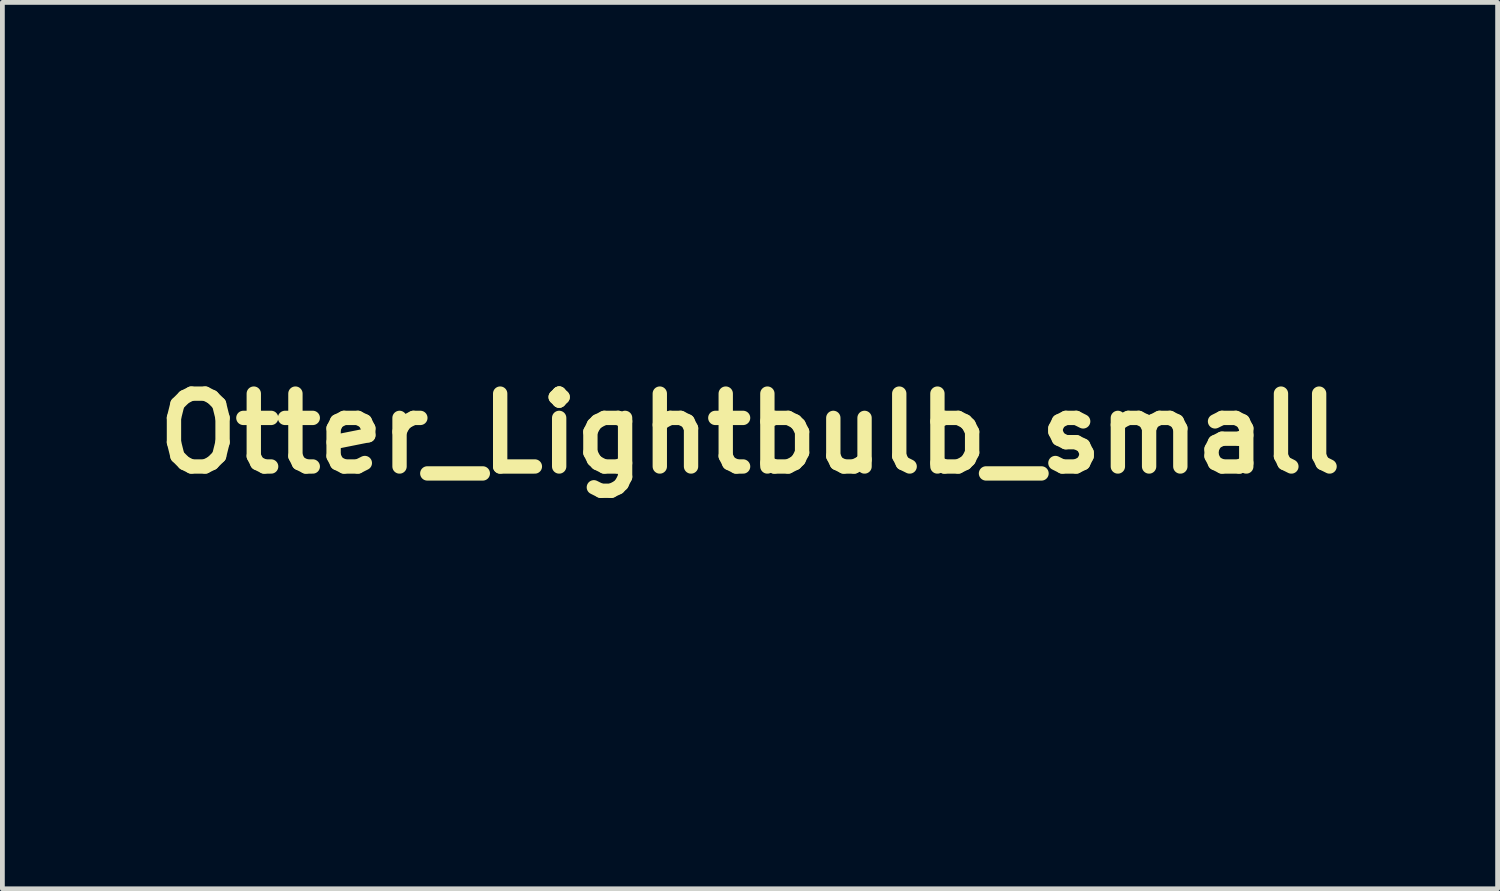
<source format=kicad_pcb>
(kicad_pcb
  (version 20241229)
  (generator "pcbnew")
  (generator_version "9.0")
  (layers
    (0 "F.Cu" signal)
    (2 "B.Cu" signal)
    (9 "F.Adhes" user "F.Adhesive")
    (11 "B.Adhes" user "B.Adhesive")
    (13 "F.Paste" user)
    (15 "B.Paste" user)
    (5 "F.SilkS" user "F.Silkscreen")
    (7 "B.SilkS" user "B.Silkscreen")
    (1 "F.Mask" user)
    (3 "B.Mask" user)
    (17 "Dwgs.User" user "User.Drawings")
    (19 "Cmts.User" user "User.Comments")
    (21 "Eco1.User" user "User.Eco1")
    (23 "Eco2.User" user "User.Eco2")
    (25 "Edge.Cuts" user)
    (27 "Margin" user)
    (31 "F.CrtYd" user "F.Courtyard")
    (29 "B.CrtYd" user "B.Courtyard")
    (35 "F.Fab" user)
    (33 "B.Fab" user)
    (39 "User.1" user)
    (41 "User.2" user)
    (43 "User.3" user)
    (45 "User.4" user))
  (footprint "Otter_Lightbulb_small"
    (layer "F.Cu")
    (at 12.635 6.016)
    (property "Reference" "Otter_Lightbulb_small" (at 0 0 0) (layer "F.SilkS") (effects (font (size 1.524 1.524) (thickness 0.3))))
    (attr through_hole)
    (fp_poly (pts (xy -3.515 2.54) (xy -3.514 2.574) (xy -3.525 2.636) (xy -3.555 2.678) (xy -3.584 2.688) (xy -3.593 2.671) (xy -3.589 2.63) (xy -3.567 2.575) (xy -3.544 2.541) (xy -3.523 2.525) (xy -3.515 2.54)) (stroke (width 0.01) (type solid)) (fill no) (layer "Eco2.User"))
    (fp_poly (pts (xy -3.355 2.457) (xy -3.354 2.529) (xy -3.38 2.598) (xy -3.426 2.644) (xy -3.428 2.645) (xy -3.456 2.657) (xy -3.464 2.644) (xy -3.458 2.599) (xy -3.436 2.529) (xy -3.407 2.467) (xy -3.368 2.404) (xy -3.355 2.457)) (stroke (width 0.01) (type solid)) (fill no) (layer "Eco2.User"))
    (fp_poly (pts (xy -3.892 3.449) (xy -3.885 3.469) (xy -3.885 3.522) (xy -3.907 3.579) (xy -3.945 3.624) (xy -3.984 3.64) (xy -3.987 3.623) (xy -3.978 3.581) (xy -3.975 3.572) (xy -3.951 3.512) (xy -3.925 3.464) (xy -3.904 3.438) (xy -3.892 3.449)) (stroke (width 0.01) (type solid)) (fill no) (layer "Eco2.User"))
    (fp_poly (pts (xy 0.059 4.138) (xy 0.096 4.167) (xy 0.102 4.184) (xy 0.099 4.216) (xy 0.071 4.226) (xy 0.05 4.226) (xy -0.011 4.21) (xy -0.052 4.187) (xy -0.08 4.16) (xy -0.076 4.146) (xy -0.06 4.138) (xy 0.002 4.127) (xy 0.059 4.138)) (stroke (width 0.01) (type solid)) (fill no) (layer "Eco2.User"))
    (fp_poly (pts (xy -3.641 3.348) (xy -3.64 3.403) (xy -3.656 3.465) (xy -3.685 3.517) (xy -3.693 3.525) (xy -3.742 3.566) (xy -3.773 3.575) (xy -3.782 3.553) (xy -3.778 3.53) (xy -3.754 3.463) (xy -3.724 3.398) (xy -3.694 3.346) (xy -3.67 3.316) (xy -3.66 3.314) (xy -3.641 3.348)) (stroke (width 0.01) (type solid)) (fill no) (layer "Eco2.User"))
    (fp_poly (pts (xy 0.012 3.907) (xy 0.069 3.938) (xy 0.112 3.978) (xy 0.127 4.013) (xy 0.124 4.034) (xy 0.107 4.039) (xy 0.065 4.03) (xy 0.035 4.021) (xy -0.022 3.996) (xy -0.073 3.96) (xy -0.103 3.925) (xy -0.106 3.913) (xy -0.087 3.9) (xy -0.045 3.895) (xy 0.012 3.907)) (stroke (width 0.01) (type solid)) (fill no) (layer "Eco2.User"))
    (fp_poly (pts (xy 0.015 4.309) (xy 0.038 4.322) (xy 0.057 4.355) (xy 0.063 4.393) (xy 0.056 4.419) (xy 0.048 4.421) (xy 0.016 4.415) (xy -0.011 4.409) (xy -0.059 4.388) (xy -0.098 4.357) (xy -0.117 4.326) (xy -0.115 4.315) (xy -0.084 4.3) (xy -0.034 4.298) (xy 0.015 4.309)) (stroke (width 0.01) (type solid)) (fill no) (layer "Eco2.User"))
    (fp_poly (pts (xy -3.408 3.187) (xy -3.395 3.224) (xy -3.394 3.28) (xy -3.405 3.344) (xy -3.425 3.407) (xy -3.454 3.459) (xy -3.477 3.481) (xy -3.531 3.511) (xy -3.56 3.507) (xy -3.567 3.468) (xy -3.564 3.445) (xy -3.547 3.381) (xy -3.519 3.31) (xy -3.486 3.244) (xy -3.455 3.196) (xy -3.435 3.18) (xy -3.408 3.187)) (stroke (width 0.01) (type solid)) (fill no) (layer "Eco2.User"))
    (fp_poly (pts (xy -3.706 0.778) (xy -3.693 0.884) (xy -3.662 1.005) (xy -3.617 1.125) (xy -3.565 1.229) (xy -3.533 1.275) (xy -3.493 1.328) (xy -3.483 1.35) (xy -3.501 1.342) (xy -3.549 1.304) (xy -3.58 1.275) (xy -3.669 1.174) (xy -3.73 1.057) (xy -3.762 0.935) (xy -3.762 0.816) (xy -3.737 0.73) (xy -3.708 0.667) (xy -3.706 0.778)) (stroke (width 0.01) (type solid)) (fill no) (layer "Eco2.User"))
    (fp_poly (pts (xy -1.901 0.848) (xy -1.88 0.856) (xy -1.805 0.897) (xy -1.764 0.948) (xy -1.749 1.02) (xy -1.749 1.021) (xy -1.75 1.063) (xy -1.762 1.083) (xy -1.798 1.09) (xy -1.846 1.091) (xy -1.916 1.088) (xy -1.974 1.08) (xy -1.989 1.075) (xy -2.026 1.045) (xy -2.062 0.99) (xy -2.088 0.927) (xy -2.095 0.881) (xy -2.077 0.855) (xy -2.03 0.839) (xy -1.967 0.837) (xy -1.901 0.848)) (stroke (width 0.01) (type solid)) (fill no) (layer "Eco2.User"))
    (fp_poly (pts (xy -3.301 3.096) (xy -3.235 3.117) (xy -3.159 3.145) (xy -3.083 3.179) (xy -3.058 3.191) (xy -2.95 3.264) (xy -2.875 3.358) (xy -2.848 3.413) (xy -2.829 3.468) (xy -2.833 3.488) (xy -2.862 3.477) (xy -2.91 3.442) (xy -2.97 3.402) (xy -3.043 3.36) (xy -3.072 3.346) (xy -3.13 3.312) (xy -3.196 3.264) (xy -3.262 3.21) (xy -3.318 3.157) (xy -3.356 3.114) (xy -3.365 3.092) (xy -3.348 3.087) (xy -3.301 3.096)) (stroke (width 0.01) (type solid)) (fill no) (layer "Eco2.User"))
    (fp_poly (pts (xy -4.506 -4.355) (xy -4.075 -4.35) (xy -4.067 -4.298) (xy -4.066 -4.263) (xy -4.076 -4.237) (xy -4.103 -4.218) (xy -4.151 -4.205) (xy -4.226 -4.197) (xy -4.331 -4.193) (xy -4.473 -4.192) (xy -4.528 -4.192) (xy -4.665 -4.193) (xy -4.782 -4.196) (xy -4.875 -4.202) (xy -4.936 -4.208) (xy -4.958 -4.214) (xy -4.99 -4.253) (xy -4.99 -4.302) (xy -4.966 -4.337) (xy -4.937 -4.346) (xy -4.875 -4.352) (xy -4.776 -4.356) (xy -4.639 -4.357) (xy -4.506 -4.355)) (stroke (width 0.01) (type solid)) (fill no) (layer "Eco2.User"))
    (fp_poly (pts (xy -2.117 -0.174) (xy -2.05 -0.13) (xy -2.001 -0.069) (xy -1.977 -0.000097) (xy -1.984 0.058) (xy -1.998 0.07) (xy -2.018 0.043) (xy -2.019 0.04) (xy -2.067 -0.023) (xy -2.129 -0.065) (xy -2.193 -0.079) (xy -2.21 -0.077) (xy -2.274 -0.039) (xy -2.321 0.037) (xy -2.347 0.13) (xy -2.364 0.222) (xy -2.389 0.163) (xy -2.412 0.062) (xy -2.402 -0.031) (xy -2.363 -0.109) (xy -2.298 -0.164) (xy -2.212 -0.19) (xy -2.193 -0.191) (xy -2.117 -0.174)) (stroke (width 0.01) (type solid)) (fill no) (layer "Eco2.User"))
    (fp_poly (pts (xy -2.094 3.349) (xy -1.93 3.373) (xy -1.772 3.417) (xy -1.628 3.482) (xy -1.535 3.543) (xy -1.512 3.563) (xy -1.511 3.572) (xy -1.537 3.569) (xy -1.593 3.554) (xy -1.684 3.527) (xy -1.704 3.52) (xy -1.834 3.489) (xy -1.984 3.466) (xy -2.142 3.454) (xy -2.298 3.451) (xy -2.44 3.459) (xy -2.556 3.478) (xy -2.593 3.488) (xy -2.72 3.531) (xy -2.646 3.469) (xy -2.54 3.405) (xy -2.408 3.364) (xy -2.256 3.346) (xy -2.094 3.349)) (stroke (width 0.01) (type solid)) (fill no) (layer "Eco2.User"))
    (fp_poly (pts (xy -3.276 0.208) (xy -3.287 0.254) (xy -3.304 0.3) (xy -3.35 0.438) (xy -3.389 0.589) (xy -3.416 0.738) (xy -3.428 0.869) (xy -3.429 0.892) (xy -3.418 1.022) (xy -3.388 1.161) (xy -3.344 1.289) (xy -3.303 1.371) (xy -3.275 1.42) (xy -3.271 1.437) (xy -3.288 1.423) (xy -3.325 1.379) (xy -3.347 1.349) (xy -3.445 1.188) (xy -3.511 1.016) (xy -3.545 0.842) (xy -3.544 0.671) (xy -3.509 0.513) (xy -3.492 0.47) (xy -3.46 0.411) (xy -3.417 0.344) (xy -3.369 0.279) (xy -3.324 0.226) (xy -3.29 0.195) (xy -3.279 0.191) (xy -3.276 0.208)) (stroke (width 0.01) (type solid)) (fill no) (layer "Eco2.User"))
    (fp_poly (pts (xy 0.073 -5.997) (xy 0.102 -5.962) (xy 0.106 -5.935) (xy 0.1 -5.913) (xy 0.081 -5.885) (xy 0.043 -5.847) (xy -0.017 -5.797) (xy -0.102 -5.73) (xy -0.218 -5.643) (xy -0.235 -5.63) (xy -0.341 -5.552) (xy -0.438 -5.484) (xy -0.519 -5.43) (xy -0.58 -5.393) (xy -0.613 -5.377) (xy -0.615 -5.376) (xy -0.656 -5.393) (xy -0.678 -5.42) (xy -0.69 -5.465) (xy -0.674 -5.498) (xy -0.649 -5.52) (xy -0.597 -5.562) (xy -0.524 -5.619) (xy -0.437 -5.685) (xy -0.344 -5.756) (xy -0.25 -5.825) (xy -0.163 -5.889) (xy -0.09 -5.942) (xy -0.038 -5.978) (xy 0.023 -6.003) (xy 0.073 -5.997)) (stroke (width 0.01) (type solid)) (fill no) (layer "Eco2.User"))
    (fp_poly (pts (xy -4.412 -5.999) (xy -4.36 -5.966) (xy -4.287 -5.916) (xy -4.199 -5.855) (xy -4.103 -5.786) (xy -4.004 -5.713) (xy -3.908 -5.643) (xy -3.823 -5.579) (xy -3.754 -5.525) (xy -3.707 -5.486) (xy -3.691 -5.47) (xy -3.675 -5.424) (xy -3.677 -5.397) (xy -3.693 -5.366) (xy -3.721 -5.355) (xy -3.765 -5.363) (xy -3.829 -5.394) (xy -3.916 -5.448) (xy -4.029 -5.527) (xy -4.117 -5.59) (xy -4.252 -5.69) (xy -4.355 -5.768) (xy -4.431 -5.828) (xy -4.483 -5.871) (xy -4.514 -5.901) (xy -4.528 -5.922) (xy -4.53 -5.929) (xy -4.514 -5.96) (xy -4.478 -5.992) (xy -4.442 -6.011) (xy -4.437 -6.011) (xy -4.412 -5.999)) (stroke (width 0.01) (type solid)) (fill no) (layer "Eco2.User"))
    (fp_poly (pts (xy -2.238 -5.368) (xy -2.193 -5.344) (xy -2.18 -5.304) (xy -2.188 -5.261) (xy -2.216 -5.231) (xy -2.271 -5.212) (xy -2.36 -5.199) (xy -2.53 -5.16) (xy -2.687 -5.085) (xy -2.827 -4.979) (xy -2.943 -4.847) (xy -3.03 -4.695) (xy -3.082 -4.528) (xy -3.09 -4.477) (xy -3.11 -4.369) (xy -3.139 -4.302) (xy -3.177 -4.275) (xy -3.224 -4.288) (xy -3.229 -4.292) (xy -3.255 -4.321) (xy -3.266 -4.368) (xy -3.264 -4.442) (xy -3.255 -4.509) (xy -3.206 -4.702) (xy -3.121 -4.88) (xy -3.003 -5.037) (xy -2.858 -5.17) (xy -2.689 -5.272) (xy -2.501 -5.341) (xy -2.432 -5.357) (xy -2.317 -5.372) (xy -2.238 -5.368)) (stroke (width 0.01) (type solid)) (fill no) (layer "Eco2.User"))
    (fp_poly (pts (xy 0.274 -4.36) (xy 0.381 -4.359) (xy 0.457 -4.357) (xy 0.508 -4.352) (xy 0.54 -4.346) (xy 0.558 -4.336) (xy 0.569 -4.322) (xy 0.571 -4.318) (xy 0.581 -4.28) (xy 0.559 -4.243) (xy 0.551 -4.234) (xy 0.533 -4.219) (xy 0.51 -4.207) (xy 0.476 -4.2) (xy 0.424 -4.195) (xy 0.348 -4.193) (xy 0.241 -4.192) (xy 0.122 -4.192) (xy -0.013 -4.193) (xy -0.129 -4.197) (xy -0.22 -4.202) (xy -0.281 -4.208) (xy -0.302 -4.214) (xy -0.334 -4.253) (xy -0.333 -4.304) (xy -0.313 -4.335) (xy -0.288 -4.345) (xy -0.232 -4.352) (xy -0.142 -4.357) (xy -0.015 -4.36) (xy 0.13 -4.36) (xy 0.274 -4.36)) (stroke (width 0.01) (type solid)) (fill no) (layer "Eco2.User"))
    (fp_poly (pts (xy -3.692 -3.228) (xy -3.652 -3.194) (xy -3.641 -3.154) (xy -3.657 -3.124) (xy -3.702 -3.079) (xy -3.766 -3.025) (xy -3.784 -3.012) (xy -3.949 -2.889) (xy -4.084 -2.79) (xy -4.192 -2.711) (xy -4.276 -2.65) (xy -4.339 -2.606) (xy -4.385 -2.577) (xy -4.418 -2.56) (xy -4.44 -2.552) (xy -4.455 -2.553) (xy -4.467 -2.56) (xy -4.478 -2.57) (xy -4.486 -2.577) (xy -4.519 -2.621) (xy -4.518 -2.651) (xy -4.498 -2.674) (xy -4.449 -2.717) (xy -4.377 -2.774) (xy -4.29 -2.843) (xy -4.192 -2.917) (xy -4.091 -2.993) (xy -3.992 -3.066) (xy -3.901 -3.131) (xy -3.825 -3.184) (xy -3.769 -3.22) (xy -3.742 -3.234) (xy -3.692 -3.228)) (stroke (width 0.01) (type solid)) (fill no) (layer "Eco2.User"))
    (fp_poly (pts (xy -0.625 -3.206) (xy -0.597 -3.194) (xy -0.556 -3.169) (xy -0.498 -3.129) (xy -0.418 -3.071) (xy -0.313 -2.993) (xy -0.206 -2.914) (xy -0.091 -2.827) (xy -0.006 -2.76) (xy 0.052 -2.71) (xy 0.087 -2.674) (xy 0.104 -2.646) (xy 0.106 -2.633) (xy 0.09 -2.585) (xy 0.066 -2.562) (xy 0.041 -2.556) (xy 0.008 -2.565) (xy -0.042 -2.592) (xy -0.114 -2.641) (xy -0.151 -2.667) (xy -0.318 -2.787) (xy -0.452 -2.886) (xy -0.555 -2.966) (xy -0.632 -3.03) (xy -0.683 -3.08) (xy -0.711 -3.118) (xy -0.72 -3.148) (xy -0.71 -3.171) (xy -0.686 -3.191) (xy -0.677 -3.196) (xy -0.661 -3.205) (xy -0.645 -3.209) (xy -0.625 -3.206)) (stroke (width 0.01) (type solid)) (fill no) (layer "Eco2.User"))
    (fp_poly (pts (xy -4.429 3.058) (xy -4.32 3.095) (xy -4.23 3.161) (xy -4.166 3.252) (xy -4.134 3.358) (xy -4.122 3.44) (xy -4.185 3.354) (xy -4.268 3.274) (xy -4.367 3.231) (xy -4.481 3.227) (xy -4.606 3.261) (xy -4.706 3.311) (xy -4.779 3.353) (xy -4.848 3.388) (xy -4.888 3.404) (xy -4.997 3.429) (xy -5.124 3.439) (xy -5.247 3.432) (xy -5.302 3.421) (xy -5.433 3.378) (xy -5.535 3.32) (xy -5.595 3.268) (xy -5.649 3.208) (xy -5.678 3.164) (xy -5.683 3.139) (xy -5.663 3.138) (xy -5.615 3.165) (xy -5.614 3.165) (xy -5.54 3.203) (xy -5.442 3.234) (xy -5.338 3.254) (xy -5.271 3.259) (xy -5.112 3.24) (xy -4.94 3.184) (xy -4.829 3.131) (xy -4.689 3.074) (xy -4.554 3.051) (xy -4.429 3.058)) (stroke (width 0.01) (type solid)) (fill no) (layer "Eco2.User"))
    (fp_poly (pts (xy 6.887 1.822) (xy 6.852 1.877) (xy 6.801 1.945) (xy 6.741 2.019) (xy 6.68 2.089) (xy 6.623 2.148) (xy 6.614 2.156) (xy 6.468 2.281) (xy 6.336 2.373) (xy 6.21 2.437) (xy 6.082 2.476) (xy 5.944 2.494) (xy 5.863 2.495) (xy 5.756 2.492) (xy 5.646 2.483) (xy 5.554 2.47) (xy 5.532 2.466) (xy 5.444 2.443) (xy 5.356 2.413) (xy 5.31 2.393) (xy 5.266 2.371) (xy 5.251 2.36) (xy 5.26 2.362) (xy 5.299 2.37) (xy 5.368 2.38) (xy 5.455 2.392) (xy 5.496 2.397) (xy 5.606 2.408) (xy 5.694 2.409) (xy 5.782 2.401) (xy 5.869 2.385) (xy 6.129 2.314) (xy 6.368 2.208) (xy 6.588 2.064) (xy 6.759 1.915) (xy 6.82 1.857) (xy 6.868 1.814) (xy 6.896 1.791) (xy 6.9 1.789) (xy 6.887 1.822)) (stroke (width 0.01) (type solid)) (fill no) (layer "Eco2.User"))
    (fp_poly (pts (xy -0.405 4.308) (xy -0.326 4.326) (xy -0.304 4.336) (xy -0.289 4.349) (xy -0.305 4.356) (xy -0.356 4.359) (xy -0.384 4.36) (xy -0.498 4.369) (xy -0.607 4.398) (xy -0.716 4.45) (xy -0.828 4.527) (xy -0.95 4.634) (xy -1.085 4.772) (xy -1.159 4.854) (xy -1.363 5.068) (xy -1.558 5.245) (xy -1.744 5.384) (xy -1.92 5.483) (xy -2.017 5.523) (xy -2.097 5.546) (xy -2.184 5.565) (xy -2.269 5.577) (xy -2.342 5.583) (xy -2.393 5.581) (xy -2.413 5.57) (xy -2.413 5.569) (xy -2.395 5.55) (xy -2.371 5.546) (xy -2.302 5.533) (xy -2.209 5.498) (xy -2.101 5.445) (xy -1.987 5.378) (xy -1.965 5.363) (xy -1.891 5.308) (xy -1.794 5.226) (xy -1.679 5.121) (xy -1.55 4.997) (xy -1.45 4.898) (xy -1.295 4.744) (xy -1.162 4.62) (xy -1.047 4.522) (xy -0.947 4.446) (xy -0.855 4.389) (xy -0.769 4.349) (xy -0.701 4.325) (xy -0.607 4.307) (xy -0.503 4.302) (xy -0.405 4.308)) (stroke (width 0.01) (type solid)) (fill no) (layer "Eco2.User"))
    (fp_poly (pts (xy -2.922 1.706) (xy -2.87 1.754) (xy -2.854 1.771) (xy -2.759 1.871) (xy -2.668 1.958) (xy -2.586 2.028) (xy -2.518 2.075) (xy -2.471 2.095) (xy -2.465 2.095) (xy -2.45 2.08) (xy -2.447 2.03) (xy -2.45 2.001) (xy -2.454 1.941) (xy -2.446 1.909) (xy -2.42 1.891) (xy -2.41 1.887) (xy -2.364 1.874) (xy -2.352 1.885) (xy -2.372 1.917) (xy -2.388 1.946) (xy -2.374 1.972) (xy -2.352 1.992) (xy -2.305 2.021) (xy -2.267 2.032) (xy -2.225 2.044) (xy -2.18 2.069) (xy -2.128 2.101) (xy -2.061 2.138) (xy -2.032 2.153) (xy -1.937 2.2) (xy -2.032 2.201) (xy -2.097 2.202) (xy -2.188 2.206) (xy -2.289 2.211) (xy -2.328 2.213) (xy -2.425 2.217) (xy -2.493 2.216) (xy -2.542 2.208) (xy -2.587 2.192) (xy -2.625 2.172) (xy -2.7 2.126) (xy -2.76 2.075) (xy -2.813 2.007) (xy -2.869 1.914) (xy -2.9 1.855) (xy -2.94 1.768) (xy -2.957 1.713) (xy -2.951 1.692) (xy -2.922 1.706)) (stroke (width 0.01) (type solid)) (fill no) (layer "Eco2.User"))
    (fp_poly (pts (xy -1.614 -1.596) (xy -1.59 -1.56) (xy -1.575 -1.496) (xy -1.568 -1.417) (xy -1.569 -1.336) (xy -1.581 -1.267) (xy -1.6 -1.225) (xy -1.633 -1.195) (xy -1.652 -1.185) (xy -1.677 -1.177) (xy -1.731 -1.153) (xy -1.808 -1.117) (xy -1.899 -1.074) (xy -1.908 -1.069) (xy -2.004 -1.025) (xy -2.088 -0.988) (xy -2.153 -0.963) (xy -2.19 -0.954) (xy -2.191 -0.954) (xy -2.225 -0.963) (xy -2.289 -0.987) (xy -2.374 -1.022) (xy -2.471 -1.065) (xy -2.487 -1.072) (xy -2.584 -1.117) (xy -2.668 -1.158) (xy -2.731 -1.19) (xy -2.766 -1.209) (xy -2.768 -1.211) (xy -2.782 -1.239) (xy -2.79 -1.297) (xy -2.79 -1.39) (xy -2.789 -1.416) (xy -2.783 -1.598) (xy -2.72 -1.598) (xy -2.685 -1.596) (xy -2.666 -1.585) (xy -2.656 -1.553) (xy -2.651 -1.493) (xy -2.65 -1.464) (xy -2.644 -1.33) (xy -2.192 -1.12) (xy -1.969 -1.224) (xy -1.746 -1.329) (xy -1.736 -1.451) (xy -1.719 -1.542) (xy -1.69 -1.596) (xy -1.649 -1.61) (xy -1.614 -1.596)) (stroke (width 0.01) (type solid)) (fill no) (layer "Eco2.User"))
    (fp_poly (pts (xy -0.472 3.678) (xy -0.395 3.691) (xy -0.318 3.718) (xy -0.288 3.732) (xy -0.219 3.767) (xy -0.183 3.792) (xy -0.182 3.805) (xy -0.215 3.803) (xy -0.266 3.788) (xy -0.335 3.775) (xy -0.433 3.77) (xy -0.516 3.772) (xy -0.567 3.774) (xy -0.609 3.777) (xy -0.646 3.782) (xy -0.685 3.793) (xy -0.731 3.811) (xy -0.788 3.838) (xy -0.864 3.877) (xy -0.963 3.93) (xy -1.091 3.999) (xy -1.174 4.044) (xy -1.327 4.12) (xy -1.459 4.172) (xy -1.581 4.201) (xy -1.702 4.211) (xy -1.723 4.211) (xy -1.811 4.206) (xy -1.893 4.195) (xy -1.947 4.182) (xy -1.982 4.169) (xy -1.993 4.16) (xy -1.976 4.154) (xy -1.924 4.149) (xy -1.852 4.144) (xy -1.753 4.134) (xy -1.66 4.115) (xy -1.565 4.085) (xy -1.459 4.04) (xy -1.335 3.976) (xy -1.206 3.905) (xy -1.062 3.825) (xy -0.945 3.766) (xy -0.847 3.724) (xy -0.762 3.696) (xy -0.681 3.681) (xy -0.596 3.675) (xy -0.572 3.675) (xy -0.472 3.678)) (stroke (width 0.01) (type solid)) (fill no) (layer "Eco2.User"))
    (fp_poly (pts (xy -1.399 -2.267) (xy -1.362 -2.228) (xy -1.343 -2.19) (xy -1.335 -2.137) (xy -1.333 -2.075) (xy -1.334 -2.007) (xy -1.338 -1.952) (xy -1.35 -1.907) (xy -1.373 -1.872) (xy -1.41 -1.846) (xy -1.467 -1.827) (xy -1.546 -1.814) (xy -1.651 -1.806) (xy -1.787 -1.802) (xy -1.956 -1.8) (xy -2.163 -1.8) (xy -2.216 -1.801) (xy -2.388 -1.801) (xy -2.548 -1.803) (xy -2.69 -1.806) (xy -2.81 -1.809) (xy -2.902 -1.813) (xy -2.961 -1.818) (xy -2.979 -1.821) (xy -3.044 -1.869) (xy -3.088 -1.947) (xy -3.103 -2.03) (xy -2.922 -2.03) (xy -2.915 -2.01) (xy -2.897 -1.995) (xy -2.864 -1.984) (xy -2.811 -1.977) (xy -2.735 -1.973) (xy -2.63 -1.971) (xy -2.494 -1.971) (xy -2.322 -1.973) (xy -2.207 -1.974) (xy -1.513 -1.979) (xy -1.513 -2.148) (xy -2.91 -2.148) (xy -2.917 -2.088) (xy -2.921 -2.056) (xy -2.922 -2.03) (xy -3.103 -2.03) (xy -3.106 -2.047) (xy -3.105 -2.094) (xy -3.096 -2.168) (xy -3.075 -2.218) (xy -3.037 -2.262) (xy -3.03 -2.268) (xy -2.963 -2.328) (xy -1.465 -2.328) (xy -1.399 -2.267)) (stroke (width 0.01) (type solid)) (fill no) (layer "Eco2.User"))
    (fp_poly (pts (xy -2.748 3.669) (xy -2.525 3.722) (xy -2.361 3.784) (xy -2.282 3.82) (xy -2.203 3.862) (xy -2.131 3.902) (xy -2.075 3.937) (xy -2.042 3.962) (xy -2.038 3.971) (xy -2.06 3.969) (xy -2.112 3.955) (xy -2.184 3.932) (xy -2.203 3.926) (xy -2.475 3.852) (xy -2.745 3.816) (xy -3.007 3.816) (xy -3.259 3.854) (xy -3.497 3.929) (xy -3.691 4.025) (xy -3.796 4.096) (xy -3.905 4.184) (xy -4.007 4.28) (xy -4.094 4.376) (xy -4.156 4.461) (xy -4.167 4.481) (xy -4.216 4.6) (xy -4.253 4.734) (xy -4.273 4.863) (xy -4.276 4.913) (xy -4.263 5.026) (xy -4.23 5.155) (xy -4.181 5.283) (xy -4.129 5.382) (xy -4.095 5.436) (xy -4.075 5.473) (xy -4.072 5.482) (xy -4.089 5.468) (xy -4.127 5.431) (xy -4.177 5.378) (xy -4.179 5.376) (xy -4.296 5.223) (xy -4.374 5.058) (xy -4.414 4.886) (xy -4.416 4.709) (xy -4.38 4.531) (xy -4.308 4.356) (xy -4.2 4.188) (xy -4.056 4.029) (xy -3.934 3.924) (xy -3.797 3.831) (xy -3.649 3.758) (xy -3.478 3.699) (xy -3.406 3.68) (xy -3.2 3.646) (xy -2.977 3.643) (xy -2.748 3.669)) (stroke (width 0.01) (type solid)) (fill no) (layer "Eco2.User"))
    (fp_poly (pts (xy -1.675 0.038) (xy -1.584 0.082) (xy -1.498 0.145) (xy -1.462 0.181) (xy -1.416 0.24) (xy -1.375 0.307) (xy -1.337 0.389) (xy -1.299 0.491) (xy -1.26 0.62) (xy -1.216 0.782) (xy -1.199 0.848) (xy -1.144 1.053) (xy -1.091 1.222) (xy -1.037 1.363) (xy -0.981 1.481) (xy -0.918 1.584) (xy -0.899 1.612) (xy -0.825 1.716) (xy -0.855 1.834) (xy -0.905 1.972) (xy -0.976 2.077) (xy -1.07 2.151) (xy -1.108 2.17) (xy -1.209 2.204) (xy -1.335 2.226) (xy -1.468 2.235) (xy -1.589 2.229) (xy -1.619 2.225) (xy -1.665 2.214) (xy -1.677 2.203) (xy -1.653 2.191) (xy -1.592 2.176) (xy -1.494 2.159) (xy -1.397 2.142) (xy -1.331 2.122) (xy -1.284 2.094) (xy -1.243 2.05) (xy -1.207 2.001) (xy -1.166 1.933) (xy -1.152 1.883) (xy -1.156 1.85) (xy -1.163 1.812) (xy -1.15 1.807) (xy -1.125 1.819) (xy -1.09 1.845) (xy -1.079 1.863) (xy -1.071 1.885) (xy -1.054 1.877) (xy -1.036 1.846) (xy -1.032 1.828) (xy -1.038 1.766) (xy -1.065 1.729) (xy -1.152 1.618) (xy -1.231 1.468) (xy -1.3 1.283) (xy -1.358 1.067) (xy -1.396 0.865) (xy -1.431 0.664) (xy -1.465 0.501) (xy -1.499 0.371) (xy -1.535 0.269) (xy -1.576 0.192) (xy -1.623 0.133) (xy -1.678 0.09) (xy -1.718 0.068) (xy -1.769 0.041) (xy -1.785 0.028) (xy -1.768 0.023) (xy -1.757 0.023) (xy -1.675 0.038)) (stroke (width 0.01) (type solid)) (fill no) (layer "Eco2.User"))
    (fp_poly (pts (xy 3.702 1.286) (xy 3.813 1.292) (xy 3.916 1.306) (xy 4.017 1.328) (xy 4.123 1.36) (xy 4.24 1.406) (xy 4.376 1.466) (xy 4.535 1.542) (xy 4.72 1.634) (xy 4.955 1.75) (xy 5.159 1.843) (xy 5.336 1.916) (xy 5.492 1.969) (xy 5.629 2.004) (xy 5.754 2.022) (xy 5.87 2.025) (xy 5.982 2.013) (xy 6.032 2.003) (xy 6.117 1.986) (xy 6.164 1.98) (xy 6.172 1.985) (xy 6.139 1.999) (xy 6.067 2.023) (xy 6.061 2.024) (xy 5.942 2.048) (xy 5.795 2.061) (xy 5.736 2.062) (xy 5.622 2.058) (xy 5.51 2.046) (xy 5.394 2.022) (xy 5.264 1.986) (xy 5.114 1.935) (xy 4.937 1.868) (xy 4.873 1.843) (xy 4.654 1.76) (xy 4.425 1.683) (xy 4.198 1.616) (xy 3.987 1.562) (xy 3.842 1.532) (xy 3.583 1.503) (xy 3.319 1.508) (xy 3.061 1.546) (xy 2.82 1.616) (xy 2.794 1.626) (xy 2.642 1.695) (xy 2.47 1.791) (xy 2.284 1.908) (xy 2.093 2.041) (xy 1.905 2.184) (xy 1.727 2.333) (xy 1.662 2.391) (xy 1.557 2.487) (xy 1.63 2.394) (xy 1.694 2.318) (xy 1.782 2.223) (xy 1.886 2.116) (xy 1.997 2.006) (xy 2.108 1.901) (xy 2.21 1.809) (xy 2.294 1.738) (xy 2.318 1.72) (xy 2.466 1.62) (xy 2.633 1.524) (xy 2.804 1.439) (xy 2.969 1.371) (xy 3.103 1.33) (xy 3.202 1.308) (xy 3.299 1.294) (xy 3.407 1.286) (xy 3.54 1.284) (xy 3.577 1.284) (xy 3.702 1.286)) (stroke (width 0.01) (type solid)) (fill no) (layer "Eco2.User"))
    (fp_poly (pts (xy -3.546 -0.857) (xy -3.26 -0.795) (xy -2.985 -0.694) (xy -2.97 -0.688) (xy -2.886 -0.646) (xy -2.803 -0.601) (xy -2.729 -0.555) (xy -2.671 -0.515) (xy -2.637 -0.486) (xy -2.632 -0.473) (xy -2.655 -0.474) (xy -2.709 -0.487) (xy -2.783 -0.508) (xy -2.818 -0.518) (xy -2.961 -0.561) (xy -3.087 -0.591) (xy -3.209 -0.612) (xy -3.342 -0.624) (xy -3.5 -0.631) (xy -3.556 -0.632) (xy -3.841 -0.625) (xy -4.095 -0.593) (xy -4.321 -0.535) (xy -4.437 -0.491) (xy -4.724 -0.355) (xy -4.979 -0.205) (xy -5.21 -0.034) (xy -5.427 0.163) (xy -5.532 0.274) (xy -5.613 0.365) (xy -5.699 0.469) (xy -5.785 0.577) (xy -5.861 0.679) (xy -5.922 0.765) (xy -5.947 0.805) (xy -6.045 0.988) (xy -6.143 1.202) (xy -6.237 1.436) (xy -6.323 1.678) (xy -6.397 1.918) (xy -6.455 2.143) (xy -6.479 2.26) (xy -6.495 2.334) (xy -6.51 2.388) (xy -6.523 2.413) (xy -6.524 2.413) (xy -6.531 2.393) (xy -6.536 2.34) (xy -6.54 2.263) (xy -6.54 2.207) (xy -6.536 2.056) (xy -6.526 1.889) (xy -6.51 1.717) (xy -6.491 1.55) (xy -6.468 1.4) (xy -6.444 1.277) (xy -6.436 1.243) (xy -6.349 0.974) (xy -6.237 0.707) (xy -6.105 0.457) (xy -6.007 0.302) (xy -5.924 0.192) (xy -5.82 0.069) (xy -5.704 -0.058) (xy -5.582 -0.181) (xy -5.464 -0.292) (xy -5.358 -0.382) (xy -5.297 -0.427) (xy -5.019 -0.592) (xy -4.731 -0.72) (xy -4.436 -0.811) (xy -4.138 -0.865) (xy -3.84 -0.88) (xy -3.546 -0.857)) (stroke (width 0.01) (type solid)) (fill no) (layer "Eco2.User"))
    (fp_poly (pts (xy 3.75 1.077) (xy 4.054 1.152) (xy 4.355 1.27) (xy 4.466 1.324) (xy 4.566 1.377) (xy 4.638 1.417) (xy 4.68 1.444) (xy 4.689 1.455) (xy 4.666 1.449) (xy 4.607 1.426) (xy 4.568 1.409) (xy 4.249 1.285) (xy 3.934 1.203) (xy 3.625 1.162) (xy 3.322 1.162) (xy 3.026 1.203) (xy 2.739 1.285) (xy 2.568 1.355) (xy 2.465 1.407) (xy 2.352 1.468) (xy 2.253 1.527) (xy 2.245 1.532) (xy 2.176 1.577) (xy 2.121 1.61) (xy 2.09 1.628) (xy 2.086 1.63) (xy 2.067 1.641) (xy 2.02 1.672) (xy 1.953 1.718) (xy 1.881 1.768) (xy 1.821 1.81) (xy 1.762 1.852) (xy 1.7 1.897) (xy 1.63 1.95) (xy 1.548 2.012) (xy 1.451 2.087) (xy 1.333 2.178) (xy 1.19 2.289) (xy 1.019 2.423) (xy 1.004 2.435) (xy 0.78 2.607) (xy 0.579 2.755) (xy 0.393 2.884) (xy 0.214 2.999) (xy 0.035 3.104) (xy -0.152 3.207) (xy -0.254 3.259) (xy -0.478 3.367) (xy -0.703 3.467) (xy -0.924 3.556) (xy -1.134 3.632) (xy -1.326 3.693) (xy -1.495 3.736) (xy -1.619 3.757) (xy -1.67 3.762) (xy -1.688 3.762) (xy -1.671 3.755) (xy -1.616 3.739) (xy -1.577 3.728) (xy -1.408 3.675) (xy -1.227 3.606) (xy -1.031 3.518) (xy -0.815 3.409) (xy -0.575 3.278) (xy -0.306 3.122) (xy -0.285 3.109) (xy -0.143 3.023) (xy -0.01 2.938) (xy 0.121 2.849) (xy 0.254 2.753) (xy 0.396 2.646) (xy 0.552 2.522) (xy 0.727 2.379) (xy 0.929 2.211) (xy 0.929 2.211) (xy 1.13 2.043) (xy 1.305 1.901) (xy 1.457 1.78) (xy 1.591 1.679) (xy 1.713 1.592) (xy 1.826 1.518) (xy 1.936 1.452) (xy 2.046 1.392) (xy 2.162 1.335) (xy 2.17 1.331) (xy 2.494 1.196) (xy 2.814 1.103) (xy 3.13 1.052) (xy 3.442 1.044) (xy 3.75 1.077)) (stroke (width 0.01) (type solid)) (fill no) (layer "Eco2.User"))
    (fp_poly (pts (xy 3.827 1.941) (xy 4.063 1.978) (xy 4.197 2.013) (xy 4.267 2.035) (xy 4.315 2.054) (xy 4.334 2.065) (xy 4.334 2.066) (xy 4.31 2.067) (xy 4.254 2.061) (xy 4.177 2.05) (xy 4.138 2.043) (xy 3.902 2.016) (xy 3.684 2.02) (xy 3.475 2.059) (xy 3.265 2.132) (xy 3.192 2.166) (xy 3.078 2.223) (xy 2.974 2.283) (xy 2.874 2.35) (xy 2.775 2.429) (xy 2.67 2.524) (xy 2.555 2.638) (xy 2.424 2.777) (xy 2.272 2.946) (xy 2.265 2.953) (xy 2.23 2.997) (xy 2.177 3.069) (xy 2.111 3.162) (xy 2.037 3.269) (xy 1.96 3.383) (xy 1.958 3.386) (xy 1.871 3.516) (xy 1.776 3.653) (xy 1.682 3.788) (xy 1.597 3.907) (xy 1.544 3.979) (xy 1.472 4.076) (xy 1.403 4.17) (xy 1.345 4.251) (xy 1.303 4.31) (xy 1.297 4.319) (xy 1.199 4.452) (xy 1.074 4.604) (xy 0.929 4.768) (xy 0.77 4.939) (xy 0.604 5.108) (xy 0.438 5.269) (xy 0.277 5.416) (xy 0.129 5.542) (xy 0.041 5.611) (xy -0.183 5.772) (xy -0.385 5.908) (xy -0.572 6.022) (xy -0.753 6.118) (xy -0.934 6.201) (xy -1.123 6.275) (xy -1.302 6.335) (xy -1.633 6.427) (xy -1.956 6.485) (xy -2.285 6.513) (xy -2.508 6.516) (xy -2.602 6.514) (xy -2.672 6.512) (xy -2.712 6.509) (xy -2.716 6.505) (xy -2.709 6.504) (xy -2.608 6.491) (xy -2.481 6.47) (xy -2.339 6.445) (xy -2.193 6.417) (xy -2.056 6.389) (xy -1.939 6.362) (xy -1.862 6.342) (xy -1.628 6.263) (xy -1.376 6.159) (xy -1.12 6.035) (xy -0.869 5.899) (xy -0.637 5.754) (xy -0.479 5.643) (xy -0.263 5.471) (xy -0.041 5.277) (xy 0.18 5.069) (xy 0.389 4.854) (xy 0.58 4.642) (xy 0.744 4.441) (xy 0.779 4.395) (xy 0.915 4.212) (xy 1.064 4.019) (xy 1.218 3.821) (xy 1.374 3.625) (xy 1.527 3.436) (xy 1.671 3.262) (xy 1.801 3.109) (xy 1.913 2.981) (xy 1.939 2.953) (xy 2.193 2.691) (xy 2.437 2.47) (xy 2.675 2.288) (xy 2.907 2.145) (xy 3.137 2.039) (xy 3.365 1.971) (xy 3.595 1.938) (xy 3.827 1.941)) (stroke (width 0.01) (type solid)) (fill no) (layer "Eco2.User"))
    (fp_poly (pts (xy -6.672 1.731) (xy -6.672 1.777) (xy -6.675 1.848) (xy -6.678 1.884) (xy -6.682 1.998) (xy -6.68 2.14) (xy -6.672 2.299) (xy -6.659 2.46) (xy -6.643 2.612) (xy -6.624 2.74) (xy -6.614 2.794) (xy -6.526 3.117) (xy -6.409 3.445) (xy -6.27 3.765) (xy -6.112 4.066) (xy -5.946 4.329) (xy -5.85 4.457) (xy -5.734 4.596) (xy -5.606 4.739) (xy -5.472 4.88) (xy -5.338 5.011) (xy -5.212 5.125) (xy -5.1 5.216) (xy -5.048 5.252) (xy -4.692 5.468) (xy -4.342 5.644) (xy -3.994 5.783) (xy -3.643 5.884) (xy -3.285 5.951) (xy -2.915 5.983) (xy -2.551 5.983) (xy -2.205 5.957) (xy -1.844 5.904) (xy -1.484 5.827) (xy -1.138 5.73) (xy -0.972 5.673) (xy -0.892 5.645) (xy -0.829 5.623) (xy -0.791 5.611) (xy -0.786 5.609) (xy -0.794 5.62) (xy -0.828 5.648) (xy -0.847 5.662) (xy -0.919 5.708) (xy -1.022 5.764) (xy -1.146 5.825) (xy -1.282 5.886) (xy -1.419 5.944) (xy -1.549 5.993) (xy -1.566 5.999) (xy -1.66 6.032) (xy -1.741 6.062) (xy -1.799 6.085) (xy -1.823 6.096) (xy -1.874 6.114) (xy -1.956 6.135) (xy -2.063 6.156) (xy -2.19 6.178) (xy -2.329 6.199) (xy -2.474 6.218) (xy -2.619 6.236) (xy -2.756 6.25) (xy -2.88 6.26) (xy -2.985 6.266) (xy -3.062 6.266) (xy -3.107 6.259) (xy -3.114 6.256) (xy -3.139 6.249) (xy -3.191 6.244) (xy -3.208 6.243) (xy -3.556 6.217) (xy -3.882 6.163) (xy -4.195 6.078) (xy -4.506 5.96) (xy -4.674 5.884) (xy -4.761 5.842) (xy -4.833 5.808) (xy -4.883 5.786) (xy -4.901 5.779) (xy -4.925 5.767) (xy -4.975 5.737) (xy -5.041 5.694) (xy -5.114 5.644) (xy -5.186 5.594) (xy -5.248 5.549) (xy -5.29 5.515) (xy -5.29 5.515) (xy -5.356 5.461) (xy -5.432 5.405) (xy -5.457 5.388) (xy -5.518 5.339) (xy -5.599 5.266) (xy -5.691 5.174) (xy -5.786 5.074) (xy -5.878 4.971) (xy -5.958 4.875) (xy -5.976 4.852) (xy -6.21 4.516) (xy -6.405 4.167) (xy -6.561 3.809) (xy -6.676 3.443) (xy -6.75 3.07) (xy -6.784 2.692) (xy -6.776 2.311) (xy -6.73 1.95) (xy -6.713 1.858) (xy -6.697 1.783) (xy -6.683 1.733) (xy -6.677 1.717) (xy -6.672 1.731)) (stroke (width 0.01) (type solid)) (fill no) (layer "Eco2.User"))
    (fp_poly (pts (xy -3.972 0.804) (xy -4.013 0.832) (xy -4.053 0.857) (xy -4.228 0.984) (xy -4.367 1.133) (xy -4.472 1.308) (xy -4.541 1.491) (xy -4.57 1.656) (xy -4.559 1.809) (xy -4.507 1.95) (xy -4.482 1.992) (xy -4.433 2.061) (xy -4.381 2.125) (xy -4.33 2.179) (xy -4.289 2.216) (xy -4.261 2.23) (xy -4.254 2.221) (xy -4.243 2.173) (xy -4.212 2.102) (xy -4.169 2.02) (xy -4.119 1.937) (xy -4.077 1.878) (xy -4.005 1.763) (xy -3.955 1.642) (xy -3.933 1.528) (xy -3.933 1.51) (xy -3.928 1.462) (xy -3.914 1.454) (xy -3.893 1.485) (xy -3.872 1.539) (xy -3.846 1.617) (xy -3.807 1.568) (xy -3.774 1.496) (xy -3.772 1.409) (xy -3.8 1.325) (xy -3.823 1.274) (xy -3.823 1.256) (xy -3.805 1.268) (xy -3.772 1.309) (xy -3.748 1.346) (xy -3.709 1.419) (xy -3.686 1.487) (xy -3.683 1.514) (xy -3.698 1.625) (xy -3.739 1.744) (xy -3.798 1.853) (xy -3.808 1.866) (xy -3.845 1.919) (xy -3.869 1.958) (xy -3.873 1.97) (xy -3.856 1.985) (xy -3.808 2.011) (xy -3.742 2.043) (xy -3.731 2.048) (xy -3.644 2.091) (xy -3.558 2.139) (xy -3.499 2.178) (xy -3.44 2.226) (xy -3.394 2.274) (xy -3.362 2.317) (xy -3.347 2.35) (xy -3.353 2.365) (xy -3.382 2.358) (xy -3.415 2.339) (xy -3.462 2.314) (xy -3.533 2.283) (xy -3.609 2.254) (xy -3.7 2.215) (xy -3.792 2.166) (xy -3.852 2.127) (xy -3.954 2.053) (xy -4.01 2.119) (xy -4.079 2.214) (xy -4.112 2.289) (xy -4.109 2.344) (xy -4.108 2.347) (xy -4.084 2.373) (xy -4.032 2.419) (xy -3.961 2.477) (xy -3.876 2.541) (xy -3.865 2.549) (xy -3.751 2.639) (xy -3.652 2.726) (xy -3.573 2.806) (xy -3.518 2.875) (xy -3.494 2.926) (xy -3.493 2.935) (xy -3.493 2.954) (xy -3.5 2.957) (xy -3.521 2.941) (xy -3.561 2.901) (xy -3.582 2.88) (xy -3.63 2.839) (xy -3.706 2.785) (xy -3.799 2.724) (xy -3.899 2.663) (xy -3.91 2.656) (xy -4.109 2.538) (xy -4.272 2.433) (xy -4.405 2.337) (xy -4.509 2.247) (xy -4.59 2.161) (xy -4.651 2.074) (xy -4.695 1.983) (xy -4.701 1.969) (xy -4.735 1.823) (xy -4.737 1.663) (xy -4.708 1.497) (xy -4.652 1.336) (xy -4.571 1.187) (xy -4.468 1.059) (xy -4.395 0.995) (xy -4.29 0.926) (xy -4.173 0.863) (xy -4.059 0.815) (xy -3.99 0.795) (xy -3.965 0.792) (xy -3.972 0.804)) (stroke (width 0.01) (type solid)) (fill no) (layer "Eco2.User"))
    (fp_poly (pts (xy -2.02 -5.844) (xy -1.769 -5.793) (xy -1.537 -5.704) (xy -1.326 -5.579) (xy -1.139 -5.421) (xy -0.979 -5.23) (xy -0.846 -5.009) (xy -0.845 -5.006) (xy -0.759 -4.785) (xy -0.709 -4.552) (xy -0.697 -4.313) (xy -0.722 -4.076) (xy -0.785 -3.847) (xy -0.848 -3.702) (xy -0.893 -3.62) (xy -0.952 -3.522) (xy -1.014 -3.428) (xy -1.026 -3.409) (xy -1.152 -3.213) (xy -1.243 -3.034) (xy -1.301 -2.866) (xy -1.328 -2.706) (xy -1.33 -2.603) (xy -1.329 -2.517) (xy -1.336 -2.464) (xy -1.35 -2.437) (xy -1.355 -2.433) (xy -1.39 -2.416) (xy -1.42 -2.422) (xy -1.45 -2.442) (xy -1.478 -2.485) (xy -1.495 -2.56) (xy -1.501 -2.655) (xy -1.494 -2.762) (xy -1.475 -2.871) (xy -1.472 -2.88) (xy -1.435 -3.001) (xy -1.381 -3.128) (xy -1.309 -3.267) (xy -1.213 -3.425) (xy -1.15 -3.521) (xy -1.046 -3.689) (xy -0.968 -3.837) (xy -0.916 -3.977) (xy -0.884 -4.119) (xy -0.871 -4.272) (xy -0.873 -4.445) (xy -0.881 -4.565) (xy -0.895 -4.66) (xy -0.917 -4.745) (xy -0.947 -4.83) (xy -1.053 -5.045) (xy -1.19 -5.234) (xy -1.358 -5.393) (xy -1.554 -5.522) (xy -1.598 -5.545) (xy -1.811 -5.63) (xy -2.025 -5.679) (xy -2.235 -5.69) (xy -2.396 -5.671) (xy -2.641 -5.603) (xy -2.858 -5.503) (xy -3.048 -5.371) (xy -3.209 -5.208) (xy -3.342 -5.012) (xy -3.446 -4.789) (xy -3.468 -4.725) (xy -3.484 -4.666) (xy -3.493 -4.602) (xy -3.498 -4.522) (xy -3.5 -4.415) (xy -3.5 -4.36) (xy -3.5 -4.24) (xy -3.497 -4.152) (xy -3.49 -4.083) (xy -3.478 -4.024) (xy -3.458 -3.962) (xy -3.442 -3.916) (xy -3.404 -3.831) (xy -3.35 -3.728) (xy -3.287 -3.619) (xy -3.239 -3.544) (xy -3.107 -3.335) (xy -3.002 -3.138) (xy -2.925 -2.957) (xy -2.877 -2.793) (xy -2.858 -2.651) (xy -2.871 -2.533) (xy -2.88 -2.505) (xy -2.914 -2.441) (xy -2.954 -2.418) (xy -3.003 -2.433) (xy -3.015 -2.441) (xy -3.039 -2.467) (xy -3.045 -2.506) (xy -3.039 -2.566) (xy -3.038 -2.706) (xy -3.072 -2.866) (xy -3.142 -3.046) (xy -3.248 -3.248) (xy -3.371 -3.443) (xy -3.436 -3.543) (xy -3.496 -3.644) (xy -3.545 -3.733) (xy -3.576 -3.801) (xy -3.577 -3.803) (xy -3.649 -4.052) (xy -3.681 -4.3) (xy -3.671 -4.544) (xy -3.622 -4.781) (xy -3.533 -5.007) (xy -3.406 -5.22) (xy -3.241 -5.416) (xy -3.239 -5.419) (xy -3.056 -5.575) (xy -2.85 -5.698) (xy -2.627 -5.788) (xy -2.394 -5.84) (xy -2.156 -5.855) (xy -2.02 -5.844)) (stroke (width 0.01) (type solid)) (fill no) (layer "Eco2.User")))
  (gr_rect
    (start -3 -3)
    (end 28.269 15.537)
    (stroke (width 0.1) (type default))
    (fill no)
    (layer "Edge.Cuts")))
</source>
